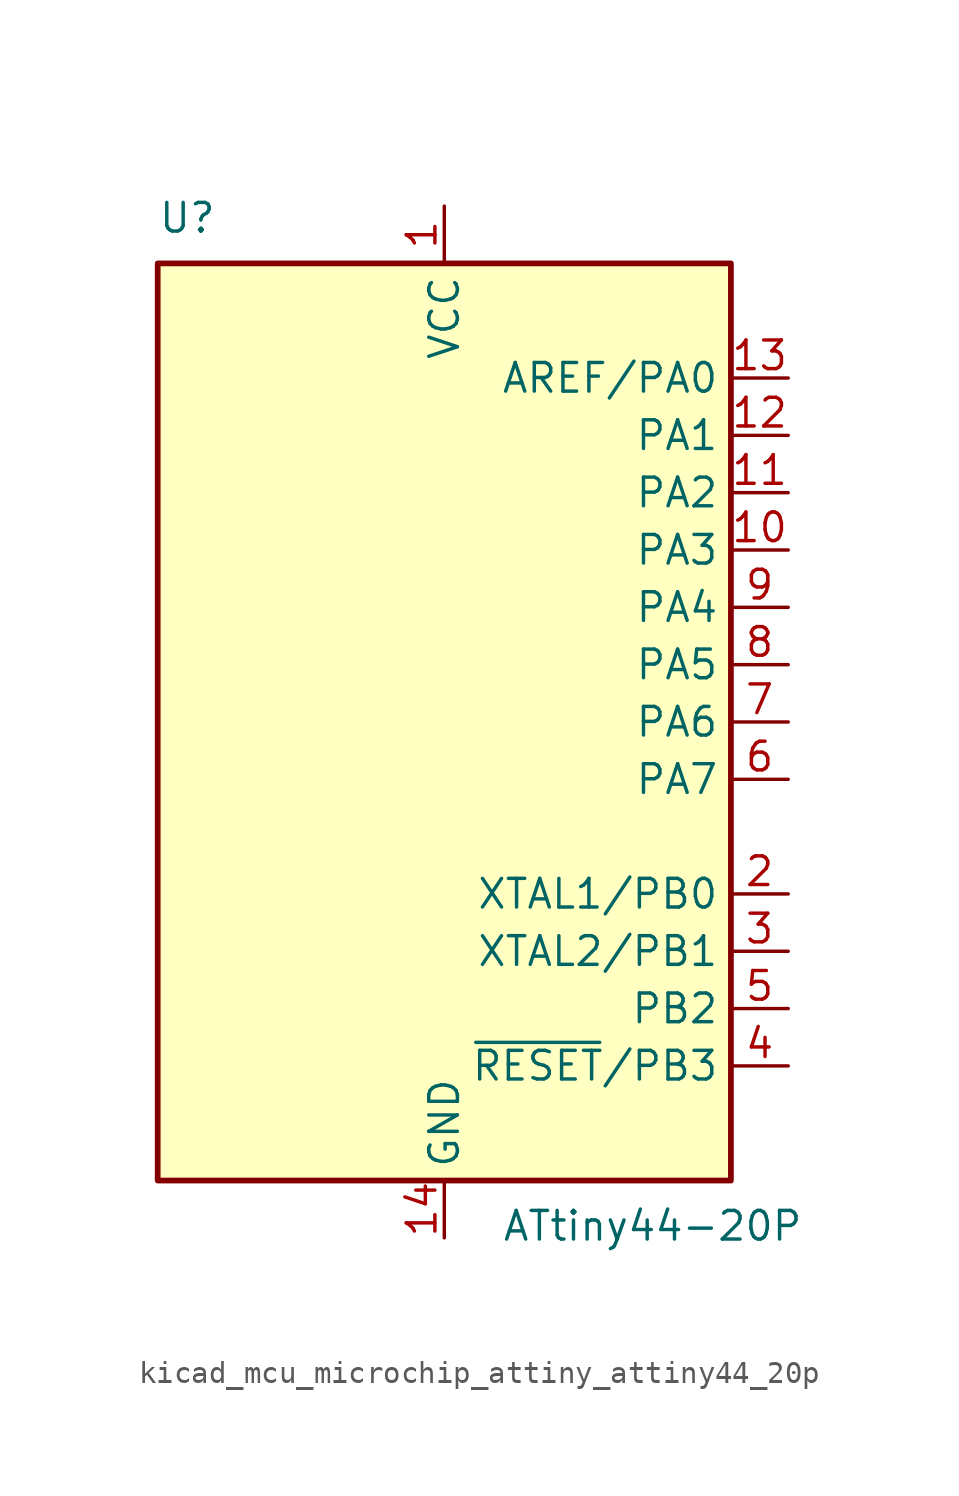
<source format=kicad_sym>
(kicad_symbol_lib
  (version 20220914)
  (generator kicad_symbol_editor)
  (symbol "kicad_mcu_microchip_attiny_attiny44_20p"
    (property "Reference" "U"
      (at -12.7 21.59 0)
      (effects (font (size 1.27 1.27)) (justify left bottom)))
    (property "Value" "ATtiny44-20P"
      (at 2.54 -21.59 0)
      (effects (font (size 1.27 1.27)) (justify left top)))
    (symbol "kicad_mcu_microchip_attiny_attiny44_20p_0_1"
      (rectangle (start -12.7 -20.32) (end 12.7 20.32) (stroke (width 0.254) (type default)) (fill (type background))))
    (symbol "kicad_mcu_microchip_attiny_attiny44_20p_1_1"
      (pin power_in line (at 0 22.86 270) (length 2.54) (name "VCC" (effects (font (size 1.27 1.27)))) (number "1" (effects (font (size 1.27 1.27)))))
      (pin bidirectional line (at 15.24 7.62 180) (length 2.54) (name "PA3" (effects (font (size 1.27 1.27)))) (number "10" (effects (font (size 1.27 1.27)))))
      (pin bidirectional line (at 15.24 10.16 180) (length 2.54) (name "PA2" (effects (font (size 1.27 1.27)))) (number "11" (effects (font (size 1.27 1.27)))))
      (pin bidirectional line (at 15.24 12.7 180) (length 2.54) (name "PA1" (effects (font (size 1.27 1.27)))) (number "12" (effects (font (size 1.27 1.27)))))
      (pin bidirectional line (at 15.24 15.24 180) (length 2.54) (name "AREF/PA0" (effects (font (size 1.27 1.27)))) (number "13" (effects (font (size 1.27 1.27)))))
      (pin power_in line (at 0 -22.86 90) (length 2.54) (name "GND" (effects (font (size 1.27 1.27)))) (number "14" (effects (font (size 1.27 1.27)))))
      (pin bidirectional line (at 15.24 -7.62 180) (length 2.54) (name "XTAL1/PB0" (effects (font (size 1.27 1.27)))) (number "2" (effects (font (size 1.27 1.27)))))
      (pin bidirectional line (at 15.24 -10.16 180) (length 2.54) (name "XTAL2/PB1" (effects (font (size 1.27 1.27)))) (number "3" (effects (font (size 1.27 1.27)))))
      (pin bidirectional line (at 15.24 -15.24 180) (length 2.54) (name "~{RESET}/PB3" (effects (font (size 1.27 1.27)))) (number "4" (effects (font (size 1.27 1.27)))))
      (pin bidirectional line (at 15.24 -12.7 180) (length 2.54) (name "PB2" (effects (font (size 1.27 1.27)))) (number "5" (effects (font (size 1.27 1.27)))))
      (pin bidirectional line (at 15.24 -2.54 180) (length 2.54) (name "PA7" (effects (font (size 1.27 1.27)))) (number "6" (effects (font (size 1.27 1.27)))))
      (pin bidirectional line (at 15.24 0 180) (length 2.54) (name "PA6" (effects (font (size 1.27 1.27)))) (number "7" (effects (font (size 1.27 1.27)))))
      (pin bidirectional line (at 15.24 2.54 180) (length 2.54) (name "PA5" (effects (font (size 1.27 1.27)))) (number "8" (effects (font (size 1.27 1.27)))))
      (pin bidirectional line (at 15.24 5.08 180) (length 2.54) (name "PA4" (effects (font (size 1.27 1.27)))) (number "9" (effects (font (size 1.27 1.27))))))))
</source>
